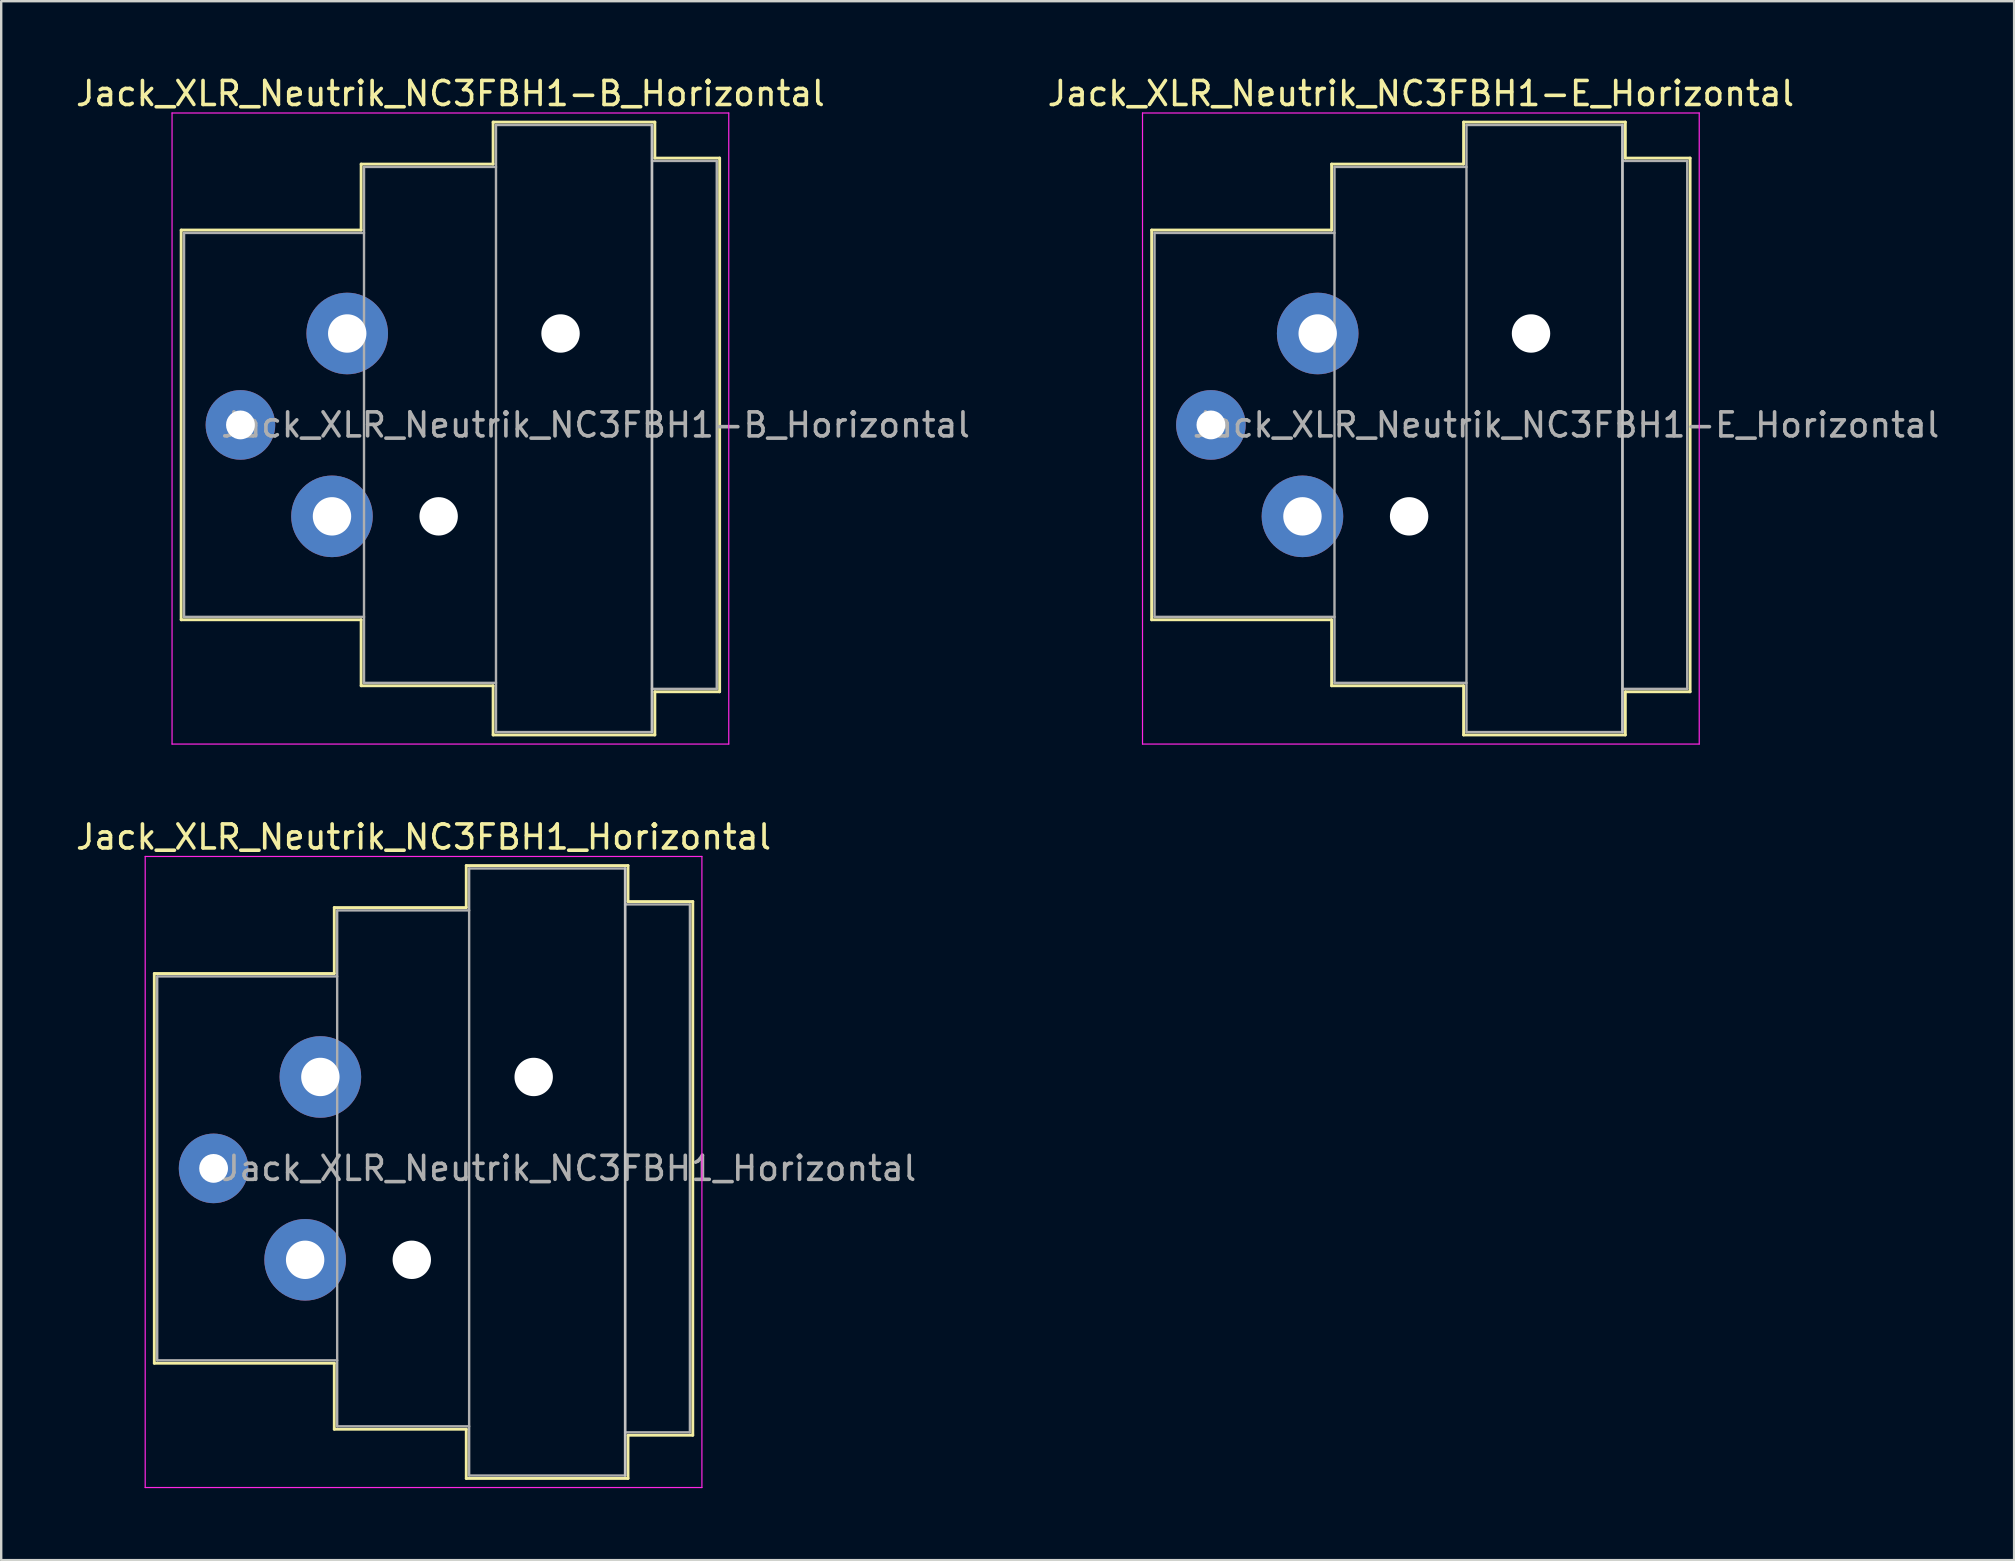
<source format=kicad_pcb>
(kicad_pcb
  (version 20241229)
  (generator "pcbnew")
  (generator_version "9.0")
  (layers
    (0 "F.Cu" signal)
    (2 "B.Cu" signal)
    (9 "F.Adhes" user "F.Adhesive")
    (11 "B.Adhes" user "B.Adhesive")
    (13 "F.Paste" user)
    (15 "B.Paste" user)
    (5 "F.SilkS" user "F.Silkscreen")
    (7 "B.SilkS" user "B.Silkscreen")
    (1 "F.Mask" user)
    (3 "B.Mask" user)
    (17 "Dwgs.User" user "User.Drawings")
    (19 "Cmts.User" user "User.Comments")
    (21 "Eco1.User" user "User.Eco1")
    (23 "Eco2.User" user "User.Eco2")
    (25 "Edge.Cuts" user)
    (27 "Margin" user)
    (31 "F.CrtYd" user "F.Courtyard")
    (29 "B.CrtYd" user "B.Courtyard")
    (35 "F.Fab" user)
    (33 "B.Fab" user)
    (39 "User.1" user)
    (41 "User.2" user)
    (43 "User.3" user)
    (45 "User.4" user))
  (footprint "Jack_XLR_Neutrik_NC3FBH1-E_Horizontal"
    (layer "F.Cu")
    (at 51.863 10.848)
    (property "Reference" "Jack_XLR_Neutrik_NC3FBH1-E_Horizontal" (at 4.3 -10 0) (layer "F.SilkS") (effects (font (size 1 1) (thickness 0.15))))
    (attr through_hole)
    (fp_line (start -6.92 -4.31) (end -6.92 11.93) (stroke (width 0.12) (type solid)) (layer "F.SilkS"))
    (fp_line (start 0.58 -7.06) (end 0.58 -4.31) (stroke (width 0.12) (type solid)) (layer "F.SilkS"))
    (fp_line (start 0.58 -4.31) (end -6.92 -4.31) (stroke (width 0.12) (type solid)) (layer "F.SilkS"))
    (fp_line (start 0.58 11.93) (end -6.92 11.93) (stroke (width 0.12) (type solid)) (layer "F.SilkS"))
    (fp_line (start 0.58 11.93) (end 0.58 14.68) (stroke (width 0.12) (type solid)) (layer "F.SilkS"))
    (fp_line (start 6.08 -7.06) (end 0.58 -7.06) (stroke (width 0.12) (type solid)) (layer "F.SilkS"))
    (fp_line (start 6.08 -7.06) (end 6.08 -8.81) (stroke (width 0.12) (type solid)) (layer "F.SilkS"))
    (fp_line (start 6.08 14.68) (end 0.58 14.68) (stroke (width 0.12) (type solid)) (layer "F.SilkS"))
    (fp_line (start 6.08 16.73) (end 6.08 14.68) (stroke (width 0.12) (type solid)) (layer "F.SilkS"))
    (fp_line (start 12.82 -8.81) (end 6.08 -8.81) (stroke (width 0.12) (type solid)) (layer "F.SilkS"))
    (fp_line (start 12.82 -8.81) (end 12.82 -7.31) (stroke (width 0.12) (type solid)) (layer "F.SilkS"))
    (fp_line (start 12.82 -7.31) (end 15.52 -7.31) (stroke (width 0.12) (type solid)) (layer "F.SilkS"))
    (fp_line (start 12.82 14.93) (end 12.82 16.73) (stroke (width 0.12) (type solid)) (layer "F.SilkS"))
    (fp_line (start 12.82 14.93) (end 15.52 14.93) (stroke (width 0.12) (type solid)) (layer "F.SilkS"))
    (fp_line (start 12.82 16.73) (end 6.08 16.73) (stroke (width 0.12) (type solid)) (layer "F.SilkS"))
    (fp_line (start 15.52 -7.31) (end 15.52 14.93) (stroke (width 0.12) (type solid)) (layer "F.SilkS"))
    (fp_line (start 12.7 -8.69) (end 12.7 16.61) (stroke (width 0.1) (type solid)) (layer "Dwgs.User"))
    (fp_line (start -7.3 -9.19) (end -7.3 17.11) (stroke (width 0.05) (type solid)) (layer "F.CrtYd"))
    (fp_line (start 15.9 -9.19) (end -7.3 -9.19) (stroke (width 0.05) (type solid)) (layer "F.CrtYd"))
    (fp_line (start 15.9 -9.19) (end 15.9 17.11) (stroke (width 0.05) (type solid)) (layer "F.CrtYd"))
    (fp_line (start 15.9 17.11) (end -7.3 17.11) (stroke (width 0.05) (type solid)) (layer "F.CrtYd"))
    (fp_line (start -6.8 -4.19) (end -6.8 11.81) (stroke (width 0.1) (type solid)) (layer "F.Fab"))
    (fp_line (start -6.8 11.81) (end 0.7 11.81) (stroke (width 0.1) (type solid)) (layer "F.Fab"))
    (fp_line (start 0.7 -6.94) (end 0.7 14.56) (stroke (width 0.1) (type solid)) (layer "F.Fab"))
    (fp_line (start 0.7 -4.19) (end -6.8 -4.19) (stroke (width 0.1) (type solid)) (layer "F.Fab"))
    (fp_line (start 0.7 14.56) (end 6.2 14.56) (stroke (width 0.1) (type solid)) (layer "F.Fab"))
    (fp_line (start 6.2 -8.69) (end 12.7 -8.69) (stroke (width 0.1) (type solid)) (layer "F.Fab"))
    (fp_line (start 6.2 -6.94) (end 0.7 -6.94) (stroke (width 0.1) (type solid)) (layer "F.Fab"))
    (fp_line (start 6.2 16.61) (end 6.2 -8.69) (stroke (width 0.1) (type solid)) (layer "F.Fab"))
    (fp_line (start 12.7 -8.69) (end 12.7 16.61) (stroke (width 0.1) (type solid)) (layer "F.Fab"))
    (fp_line (start 12.7 -7.19) (end 15.4 -7.19) (stroke (width 0.1) (type solid)) (layer "F.Fab"))
    (fp_line (start 12.7 16.61) (end 6.2 16.61) (stroke (width 0.1) (type solid)) (layer "F.Fab"))
    (fp_line (start 15.4 -7.19) (end 15.4 14.81) (stroke (width 0.1) (type solid)) (layer "F.Fab"))
    (fp_line (start 15.4 14.81) (end 12.7 14.81) (stroke (width 0.1) (type solid)) (layer "F.Fab"))
    (fp_text user "${REFERENCE}" (at 10.35 3.81 0) (layer "F.Fab") (effects (font (size 1 1) (thickness 0.15))))
    (pad "" np_thru_hole circle (at 3.81 7.62) (size 1.6 1.6) (drill 1.6) (layers "*.Cu" "*.Mask"))
    (pad "" np_thru_hole circle (at 8.89 0) (size 1.6 1.6) (drill 1.6) (layers "*.Cu" "*.Mask"))
    (pad "1" thru_hole circle (at 0 0) (size 3.4 3.4) (drill 1.6) (layers "*.Cu" "*.Mask"))
    (pad "2" thru_hole circle (at -0.635 7.62) (size 3.4 3.4) (drill 1.6) (layers "*.Cu" "*.Mask"))
    (pad "3" thru_hole circle (at -4.45 3.81) (size 2.9 2.9) (drill 1.2) (layers "*.Cu" "*.Mask")))
  (footprint "Jack_XLR_Neutrik_NC3FBH1_Horizontal"
    (layer "F.Cu")
    (at 10.301 41.831)
    (property "Reference" "Jack_XLR_Neutrik_NC3FBH1_Horizontal" (at 4.3 -10 0) (layer "F.SilkS") (effects (font (size 1 1) (thickness 0.15))))
    (attr through_hole)
    (fp_line (start -6.92 -4.31) (end -6.92 11.93) (stroke (width 0.12) (type solid)) (layer "F.SilkS"))
    (fp_line (start 0.58 -7.06) (end 0.58 -4.31) (stroke (width 0.12) (type solid)) (layer "F.SilkS"))
    (fp_line (start 0.58 -4.31) (end -6.92 -4.31) (stroke (width 0.12) (type solid)) (layer "F.SilkS"))
    (fp_line (start 0.58 11.93) (end -6.92 11.93) (stroke (width 0.12) (type solid)) (layer "F.SilkS"))
    (fp_line (start 0.58 11.93) (end 0.58 14.68) (stroke (width 0.12) (type solid)) (layer "F.SilkS"))
    (fp_line (start 6.08 -7.06) (end 0.58 -7.06) (stroke (width 0.12) (type solid)) (layer "F.SilkS"))
    (fp_line (start 6.08 -7.06) (end 6.08 -8.81) (stroke (width 0.12) (type solid)) (layer "F.SilkS"))
    (fp_line (start 6.08 14.68) (end 0.58 14.68) (stroke (width 0.12) (type solid)) (layer "F.SilkS"))
    (fp_line (start 6.08 16.73) (end 6.08 14.68) (stroke (width 0.12) (type solid)) (layer "F.SilkS"))
    (fp_line (start 12.82 -8.81) (end 6.08 -8.81) (stroke (width 0.12) (type solid)) (layer "F.SilkS"))
    (fp_line (start 12.82 -8.81) (end 12.82 -7.31) (stroke (width 0.12) (type solid)) (layer "F.SilkS"))
    (fp_line (start 12.82 -7.31) (end 15.52 -7.31) (stroke (width 0.12) (type solid)) (layer "F.SilkS"))
    (fp_line (start 12.82 14.93) (end 12.82 16.73) (stroke (width 0.12) (type solid)) (layer "F.SilkS"))
    (fp_line (start 12.82 14.93) (end 15.52 14.93) (stroke (width 0.12) (type solid)) (layer "F.SilkS"))
    (fp_line (start 12.82 16.73) (end 6.08 16.73) (stroke (width 0.12) (type solid)) (layer "F.SilkS"))
    (fp_line (start 15.52 -7.31) (end 15.52 14.93) (stroke (width 0.12) (type solid)) (layer "F.SilkS"))
    (fp_line (start 12.7 -8.69) (end 12.7 16.61) (stroke (width 0.1) (type solid)) (layer "Dwgs.User"))
    (fp_line (start -7.3 -9.19) (end -7.3 17.11) (stroke (width 0.05) (type solid)) (layer "F.CrtYd"))
    (fp_line (start 15.9 -9.19) (end -7.3 -9.19) (stroke (width 0.05) (type solid)) (layer "F.CrtYd"))
    (fp_line (start 15.9 -9.19) (end 15.9 17.11) (stroke (width 0.05) (type solid)) (layer "F.CrtYd"))
    (fp_line (start 15.9 17.11) (end -7.3 17.11) (stroke (width 0.05) (type solid)) (layer "F.CrtYd"))
    (fp_line (start -6.8 -4.19) (end -6.8 11.81) (stroke (width 0.1) (type solid)) (layer "F.Fab"))
    (fp_line (start -6.8 11.81) (end 0.7 11.81) (stroke (width 0.1) (type solid)) (layer "F.Fab"))
    (fp_line (start 0.7 -6.94) (end 0.7 14.56) (stroke (width 0.1) (type solid)) (layer "F.Fab"))
    (fp_line (start 0.7 -4.19) (end -6.8 -4.19) (stroke (width 0.1) (type solid)) (layer "F.Fab"))
    (fp_line (start 0.7 14.56) (end 6.2 14.56) (stroke (width 0.1) (type solid)) (layer "F.Fab"))
    (fp_line (start 6.2 -8.69) (end 12.7 -8.69) (stroke (width 0.1) (type solid)) (layer "F.Fab"))
    (fp_line (start 6.2 -6.94) (end 0.7 -6.94) (stroke (width 0.1) (type solid)) (layer "F.Fab"))
    (fp_line (start 6.2 16.61) (end 6.2 -8.69) (stroke (width 0.1) (type solid)) (layer "F.Fab"))
    (fp_line (start 12.7 -8.69) (end 12.7 16.61) (stroke (width 0.1) (type solid)) (layer "F.Fab"))
    (fp_line (start 12.7 -7.19) (end 15.4 -7.19) (stroke (width 0.1) (type solid)) (layer "F.Fab"))
    (fp_line (start 12.7 16.61) (end 6.2 16.61) (stroke (width 0.1) (type solid)) (layer "F.Fab"))
    (fp_line (start 15.4 -7.19) (end 15.4 14.81) (stroke (width 0.1) (type solid)) (layer "F.Fab"))
    (fp_line (start 15.4 14.81) (end 12.7 14.81) (stroke (width 0.1) (type solid)) (layer "F.Fab"))
    (fp_text user "${REFERENCE}" (at 10.35 3.81 0) (layer "F.Fab") (effects (font (size 1 1) (thickness 0.15))))
    (pad "" np_thru_hole circle (at 3.81 7.62) (size 1.6 1.6) (drill 1.6) (layers "*.Cu" "*.Mask"))
    (pad "" np_thru_hole circle (at 8.89 0) (size 1.6 1.6) (drill 1.6) (layers "*.Cu" "*.Mask"))
    (pad "1" thru_hole circle (at 0 0) (size 3.4 3.4) (drill 1.6) (layers "*.Cu" "*.Mask"))
    (pad "2" thru_hole circle (at -0.635 7.62) (size 3.4 3.4) (drill 1.6) (layers "*.Cu" "*.Mask"))
    (pad "3" thru_hole circle (at -4.45 3.81) (size 2.9 2.9) (drill 1.2) (layers "*.Cu" "*.Mask")))
  (footprint "Jack_XLR_Neutrik_NC3FBH1-B_Horizontal"
    (layer "F.Cu")
    (at 11.42 10.848)
    (property "Reference" "Jack_XLR_Neutrik_NC3FBH1-B_Horizontal" (at 4.3 -10 0) (layer "F.SilkS") (effects (font (size 1 1) (thickness 0.15))))
    (attr through_hole)
    (fp_line (start -6.92 -4.31) (end -6.92 11.93) (stroke (width 0.12) (type solid)) (layer "F.SilkS"))
    (fp_line (start 0.58 -7.06) (end 0.58 -4.31) (stroke (width 0.12) (type solid)) (layer "F.SilkS"))
    (fp_line (start 0.58 -4.31) (end -6.92 -4.31) (stroke (width 0.12) (type solid)) (layer "F.SilkS"))
    (fp_line (start 0.58 11.93) (end -6.92 11.93) (stroke (width 0.12) (type solid)) (layer "F.SilkS"))
    (fp_line (start 0.58 11.93) (end 0.58 14.68) (stroke (width 0.12) (type solid)) (layer "F.SilkS"))
    (fp_line (start 6.08 -7.06) (end 0.58 -7.06) (stroke (width 0.12) (type solid)) (layer "F.SilkS"))
    (fp_line (start 6.08 -7.06) (end 6.08 -8.81) (stroke (width 0.12) (type solid)) (layer "F.SilkS"))
    (fp_line (start 6.08 14.68) (end 0.58 14.68) (stroke (width 0.12) (type solid)) (layer "F.SilkS"))
    (fp_line (start 6.08 16.73) (end 6.08 14.68) (stroke (width 0.12) (type solid)) (layer "F.SilkS"))
    (fp_line (start 12.82 -8.81) (end 6.08 -8.81) (stroke (width 0.12) (type solid)) (layer "F.SilkS"))
    (fp_line (start 12.82 -8.81) (end 12.82 -7.31) (stroke (width 0.12) (type solid)) (layer "F.SilkS"))
    (fp_line (start 12.82 -7.31) (end 15.52 -7.31) (stroke (width 0.12) (type solid)) (layer "F.SilkS"))
    (fp_line (start 12.82 14.93) (end 12.82 16.73) (stroke (width 0.12) (type solid)) (layer "F.SilkS"))
    (fp_line (start 12.82 14.93) (end 15.52 14.93) (stroke (width 0.12) (type solid)) (layer "F.SilkS"))
    (fp_line (start 12.82 16.73) (end 6.08 16.73) (stroke (width 0.12) (type solid)) (layer "F.SilkS"))
    (fp_line (start 15.52 -7.31) (end 15.52 14.93) (stroke (width 0.12) (type solid)) (layer "F.SilkS"))
    (fp_line (start 12.7 -8.69) (end 12.7 16.61) (stroke (width 0.1) (type solid)) (layer "Dwgs.User"))
    (fp_line (start -7.3 -9.19) (end -7.3 17.11) (stroke (width 0.05) (type solid)) (layer "F.CrtYd"))
    (fp_line (start 15.9 -9.19) (end -7.3 -9.19) (stroke (width 0.05) (type solid)) (layer "F.CrtYd"))
    (fp_line (start 15.9 -9.19) (end 15.9 17.11) (stroke (width 0.05) (type solid)) (layer "F.CrtYd"))
    (fp_line (start 15.9 17.11) (end -7.3 17.11) (stroke (width 0.05) (type solid)) (layer "F.CrtYd"))
    (fp_line (start -6.8 -4.19) (end -6.8 11.81) (stroke (width 0.1) (type solid)) (layer "F.Fab"))
    (fp_line (start -6.8 11.81) (end 0.7 11.81) (stroke (width 0.1) (type solid)) (layer "F.Fab"))
    (fp_line (start 0.7 -6.94) (end 0.7 14.56) (stroke (width 0.1) (type solid)) (layer "F.Fab"))
    (fp_line (start 0.7 -4.19) (end -6.8 -4.19) (stroke (width 0.1) (type solid)) (layer "F.Fab"))
    (fp_line (start 0.7 14.56) (end 6.2 14.56) (stroke (width 0.1) (type solid)) (layer "F.Fab"))
    (fp_line (start 6.2 -8.69) (end 12.7 -8.69) (stroke (width 0.1) (type solid)) (layer "F.Fab"))
    (fp_line (start 6.2 -6.94) (end 0.7 -6.94) (stroke (width 0.1) (type solid)) (layer "F.Fab"))
    (fp_line (start 6.2 16.61) (end 6.2 -8.69) (stroke (width 0.1) (type solid)) (layer "F.Fab"))
    (fp_line (start 12.7 -8.69) (end 12.7 16.61) (stroke (width 0.1) (type solid)) (layer "F.Fab"))
    (fp_line (start 12.7 -7.19) (end 15.4 -7.19) (stroke (width 0.1) (type solid)) (layer "F.Fab"))
    (fp_line (start 12.7 16.61) (end 6.2 16.61) (stroke (width 0.1) (type solid)) (layer "F.Fab"))
    (fp_line (start 15.4 -7.19) (end 15.4 14.81) (stroke (width 0.1) (type solid)) (layer "F.Fab"))
    (fp_line (start 15.4 14.81) (end 12.7 14.81) (stroke (width 0.1) (type solid)) (layer "F.Fab"))
    (fp_text user "${REFERENCE}" (at 10.35 3.81 0) (layer "F.Fab") (effects (font (size 1 1) (thickness 0.15))))
    (pad "" np_thru_hole circle (at 3.81 7.62) (size 1.6 1.6) (drill 1.6) (layers "*.Cu" "*.Mask"))
    (pad "" np_thru_hole circle (at 8.89 0) (size 1.6 1.6) (drill 1.6) (layers "*.Cu" "*.Mask"))
    (pad "1" thru_hole circle (at 0 0) (size 3.4 3.4) (drill 1.6) (layers "*.Cu" "*.Mask"))
    (pad "2" thru_hole circle (at -0.635 7.62) (size 3.4 3.4) (drill 1.6) (layers "*.Cu" "*.Mask"))
    (pad "3" thru_hole circle (at -4.45 3.81) (size 2.9 2.9) (drill 1.2) (layers "*.Cu" "*.Mask")))
  (gr_rect
    (start -3 -3)
    (end 80.886 61.967)
    (stroke (width 0.1) (type default))
    (fill no)
    (layer "Edge.Cuts")))
</source>
